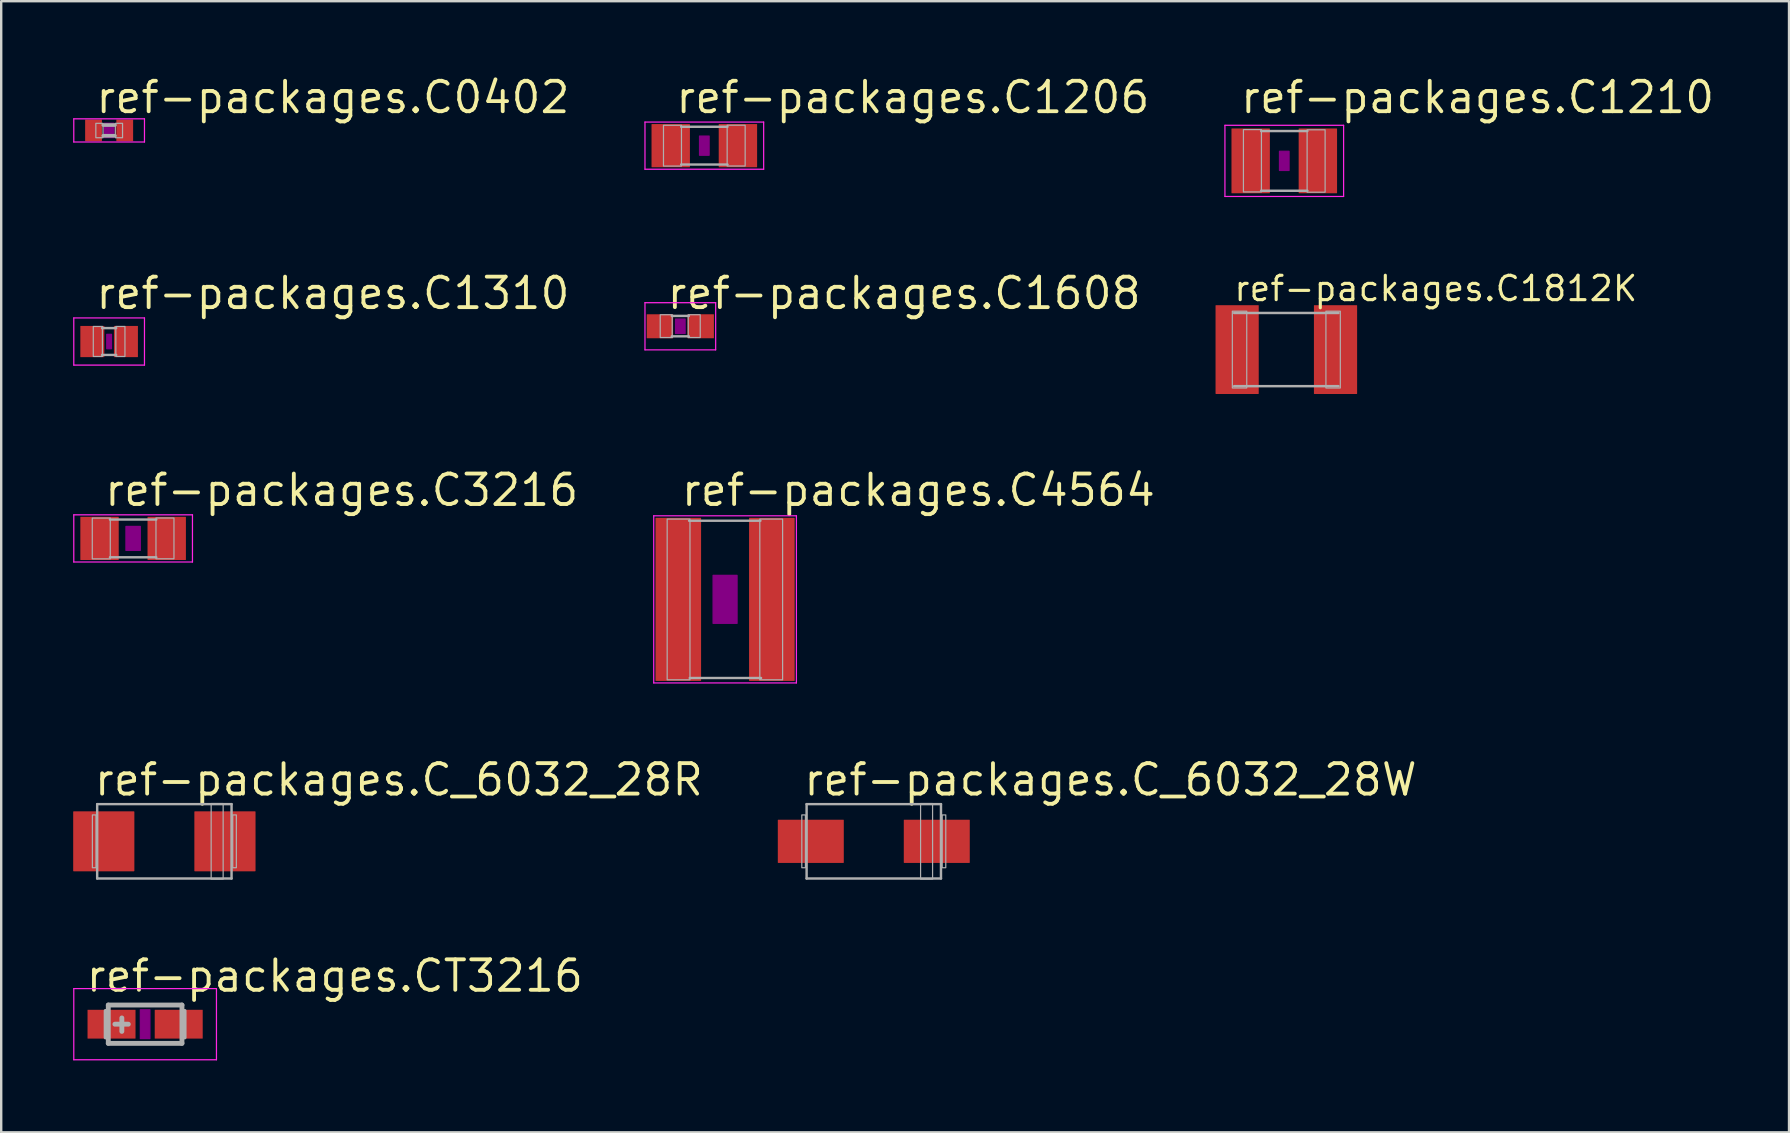
<source format=kicad_pcb>
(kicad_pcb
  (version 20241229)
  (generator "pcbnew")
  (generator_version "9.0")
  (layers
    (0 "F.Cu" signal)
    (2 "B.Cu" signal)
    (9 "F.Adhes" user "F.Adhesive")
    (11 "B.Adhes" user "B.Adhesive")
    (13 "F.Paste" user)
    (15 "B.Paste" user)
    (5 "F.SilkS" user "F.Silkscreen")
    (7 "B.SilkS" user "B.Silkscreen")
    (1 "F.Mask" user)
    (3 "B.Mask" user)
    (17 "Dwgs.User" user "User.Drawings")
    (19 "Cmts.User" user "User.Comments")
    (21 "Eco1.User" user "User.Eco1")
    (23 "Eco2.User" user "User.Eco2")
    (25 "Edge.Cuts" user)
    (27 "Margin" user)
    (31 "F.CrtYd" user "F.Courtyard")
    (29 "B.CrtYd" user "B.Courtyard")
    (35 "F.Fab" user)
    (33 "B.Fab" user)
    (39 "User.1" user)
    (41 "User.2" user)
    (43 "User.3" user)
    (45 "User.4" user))
  (footprint "ref-packages.C1310"
    (layer "F.Cu")
    (at 1.498 11.183)
    (property "Reference" "ref-packages.C1310" (at -0.635 -1.27 0) (layer "F.SilkS") (effects (font (size 1.27 1.27) (thickness 0.16)) (justify left bottom)))
    (attr smd)
    (fp_rect (start -0.1 0.3) (end 0.1 -0.3) (stroke (width 0.05) (type default)) (fill yes) (layer "F.Adhes"))
    (fp_line (start -1.473 -0.983) (end 1.473 -0.983) (stroke (width 0.051) (type default)) (layer "F.CrtYd"))
    (fp_line (start -1.473 0.983) (end -1.473 -0.983) (stroke (width 0.051) (type default)) (layer "F.CrtYd"))
    (fp_line (start 1.473 -0.983) (end 1.473 0.983) (stroke (width 0.051) (type default)) (layer "F.CrtYd"))
    (fp_line (start 1.473 0.983) (end -1.473 0.983) (stroke (width 0.051) (type default)) (layer "F.CrtYd"))
    (fp_line (start -0.294 -0.559) (end 0.294 -0.559) (stroke (width 0.102) (type default)) (layer "F.Fab"))
    (fp_line (start -0.294 0.559) (end 0.294 0.559) (stroke (width 0.102) (type default)) (layer "F.Fab"))
    (fp_rect (start -0.66 0.622) (end -0.28 -0.628) (stroke (width 0.05) (type default)) (fill no) (layer "F.Fab"))
    (fp_rect (start 0.279 0.622) (end 0.659 -0.628) (stroke (width 0.05) (type default)) (fill no) (layer "F.Fab"))
    (pad "1" smd roundrect (at -0.7 0) (size 1 1.3) (layers "F.Cu" "F.Mask" "F.Paste") (roundrect_rratio 0.01))
    (pad "2" smd roundrect (at 0.7 0) (size 1 1.3) (layers "F.Cu" "F.Mask" "F.Paste") (roundrect_rratio 0.01)))
  (footprint "ref-packages.C1608"
    (layer "F.Cu")
    (at 25.303 10.548)
    (property "Reference" "ref-packages.C1608" (at -0.635 -0.635 0) (layer "F.SilkS") (effects (font (size 1.27 1.27) (thickness 0.16)) (justify left bottom)))
    (attr smd)
    (fp_rect (start -0.2 0.3) (end 0.2 -0.3) (stroke (width 0.05) (type default)) (fill yes) (layer "F.Adhes"))
    (fp_line (start -1.473 -0.983) (end 1.473 -0.983) (stroke (width 0.051) (type default)) (layer "F.CrtYd"))
    (fp_line (start -1.473 0.983) (end -1.473 -0.983) (stroke (width 0.051) (type default)) (layer "F.CrtYd"))
    (fp_line (start 1.473 -0.983) (end 1.473 0.983) (stroke (width 0.051) (type default)) (layer "F.CrtYd"))
    (fp_line (start 1.473 0.983) (end -1.473 0.983) (stroke (width 0.051) (type default)) (layer "F.CrtYd"))
    (fp_line (start -0.356 -0.432) (end 0.356 -0.432) (stroke (width 0.102) (type default)) (layer "F.Fab"))
    (fp_line (start -0.356 0.419) (end 0.356 0.419) (stroke (width 0.102) (type default)) (layer "F.Fab"))
    (fp_rect (start -0.838 0.47) (end -0.338 -0.48) (stroke (width 0.05) (type default)) (fill no) (layer "F.Fab"))
    (fp_rect (start 0.33 0.47) (end 0.83 -0.48) (stroke (width 0.05) (type default)) (fill no) (layer "F.Fab"))
    (pad "1" smd roundrect (at -0.85 0) (size 1.1 1) (layers "F.Cu" "F.Mask" "F.Paste") (roundrect_rratio 0.01))
    (pad "2" smd roundrect (at 0.85 0) (size 1.1 1) (layers "F.Cu" "F.Mask" "F.Paste") (roundrect_rratio 0.01)))
  (footprint "ref-packages.C1812K"
    (layer "F.Cu")
    (at 50.559 11.519)
    (property "Reference" "ref-packages.C1812K" (at -2.25 -1.95 0) (layer "F.SilkS") (effects (font (size 1.016 1.016) (thickness 0.13)) (justify left bottom)))
    (attr smd)
    (fp_line (start -2.175 -1.525) (end 2.175 -1.525) (stroke (width 0.102) (type default)) (layer "F.Fab"))
    (fp_line (start 2.175 1.525) (end -2.175 1.525) (stroke (width 0.102) (type default)) (layer "F.Fab"))
    (fp_rect (start -2.25 1.6) (end -1.65 -1.6) (stroke (width 0.05) (type default)) (fill no) (layer "F.Fab"))
    (fp_rect (start 1.65 1.6) (end 2.25 -1.6) (stroke (width 0.05) (type default)) (fill no) (layer "F.Fab"))
    (pad "1" smd roundrect (at -2.05 0) (size 1.8 3.7) (layers "F.Cu" "F.Mask" "F.Paste") (roundrect_rratio 0.01))
    (pad "2" smd roundrect (at 2.05 0) (size 1.8 3.7) (layers "F.Cu" "F.Mask" "F.Paste") (roundrect_rratio 0.01)))
  (footprint "ref-packages.C1206"
    (layer "F.Cu")
    (at 26.303 3.02)
    (property "Reference" "ref-packages.C1206" (at -1.27 -1.27 0) (layer "F.SilkS") (effects (font (size 1.27 1.27) (thickness 0.16)) (justify left bottom)))
    (attr smd)
    (fp_rect (start -0.2 0.4) (end 0.2 -0.4) (stroke (width 0.05) (type default)) (fill yes) (layer "F.Adhes"))
    (fp_line (start -2.473 -0.983) (end 2.473 -0.983) (stroke (width 0.051) (type default)) (layer "F.CrtYd"))
    (fp_line (start -2.473 0.983) (end -2.473 -0.983) (stroke (width 0.051) (type default)) (layer "F.CrtYd"))
    (fp_line (start 2.473 -0.983) (end 2.473 0.983) (stroke (width 0.051) (type default)) (layer "F.CrtYd"))
    (fp_line (start 2.473 0.983) (end -2.473 0.983) (stroke (width 0.051) (type default)) (layer "F.CrtYd"))
    (fp_line (start -0.965 -0.787) (end 0.965 -0.787) (stroke (width 0.102) (type default)) (layer "F.Fab"))
    (fp_line (start -0.965 0.787) (end 0.965 0.787) (stroke (width 0.102) (type default)) (layer "F.Fab"))
    (fp_rect (start -1.702 0.851) (end -0.952 -0.849) (stroke (width 0.05) (type default)) (fill no) (layer "F.Fab"))
    (fp_rect (start 0.952 0.849) (end 1.702 -0.851) (stroke (width 0.05) (type default)) (fill no) (layer "F.Fab"))
    (pad "1" smd roundrect (at -1.4 0) (size 1.6 1.8) (layers "F.Cu" "F.Mask" "F.Paste") (roundrect_rratio 0.01))
    (pad "2" smd roundrect (at 1.4 0) (size 1.6 1.8) (layers "F.Cu" "F.Mask" "F.Paste") (roundrect_rratio 0.01)))
  (footprint "ref-packages.C0402"
    (layer "F.Cu")
    (at 1.498 2.385)
    (property "Reference" "ref-packages.C0402" (at -0.635 -0.635 0) (layer "F.SilkS") (effects (font (size 1.27 1.27) (thickness 0.16)) (justify left bottom)))
    (attr smd)
    (fp_rect (start -0.2 0.3) (end 0.2 -0.3) (stroke (width 0.05) (type default)) (fill yes) (layer "F.Adhes"))
    (fp_line (start -1.473 -0.483) (end 1.473 -0.483) (stroke (width 0.051) (type default)) (layer "F.CrtYd"))
    (fp_line (start -1.473 0.483) (end -1.473 -0.483) (stroke (width 0.051) (type default)) (layer "F.CrtYd"))
    (fp_line (start 1.473 -0.483) (end 1.473 0.483) (stroke (width 0.051) (type default)) (layer "F.CrtYd"))
    (fp_line (start 1.473 0.483) (end -1.473 0.483) (stroke (width 0.051) (type default)) (layer "F.CrtYd"))
    (fp_line (start -0.245 -0.224) (end 0.245 -0.224) (stroke (width 0.152) (type default)) (layer "F.Fab"))
    (fp_line (start 0.245 0.224) (end -0.245 0.224) (stroke (width 0.152) (type default)) (layer "F.Fab"))
    (fp_rect (start -0.554 0.305) (end -0.254 -0.295) (stroke (width 0.05) (type default)) (fill no) (layer "F.Fab"))
    (fp_rect (start 0.259 0.305) (end 0.559 -0.295) (stroke (width 0.05) (type default)) (fill no) (layer "F.Fab"))
    (pad "1" smd roundrect (at -0.65 0) (size 0.7 0.9) (layers "F.Cu" "F.Mask" "F.Paste") (roundrect_rratio 0.01))
    (pad "2" smd roundrect (at 0.65 0) (size 0.7 0.9) (layers "F.Cu" "F.Mask" "F.Paste") (roundrect_rratio 0.01)))
  (footprint "ref-packages.CT3216"
    (layer "F.Cu")
    (at 2.998 39.634)
    (property "Reference" "ref-packages.CT3216" (at -2.54 -1.27 0) (layer "F.SilkS") (effects (font (size 1.27 1.27) (thickness 0.16)) (justify left bottom)))
    (attr smd)
    (fp_rect (start -0.2 0.6) (end 0.2 -0.6) (stroke (width 0.05) (type default)) (fill yes) (layer "F.Adhes"))
    (fp_line (start -2.973 -1.483) (end 2.973 -1.483) (stroke (width 0.051) (type default)) (layer "F.CrtYd"))
    (fp_line (start -2.973 1.483) (end -2.973 -1.483) (stroke (width 0.051) (type default)) (layer "F.CrtYd"))
    (fp_line (start 2.973 -1.483) (end 2.973 1.483) (stroke (width 0.051) (type default)) (layer "F.CrtYd"))
    (fp_line (start 2.973 1.483) (end -2.973 1.483) (stroke (width 0.051) (type default)) (layer "F.CrtYd"))
    (fp_line (start -1.651 -0.559) (end -1.651 0.559) (stroke (width 0.152) (type default)) (layer "F.Fab"))
    (fp_line (start -1.535 -0.798) (end -1.535 0.798) (stroke (width 0.203) (type default)) (layer "F.Fab"))
    (fp_line (start -1.535 0.798) (end 1.535 0.798) (stroke (width 0.203) (type default)) (layer "F.Fab"))
    (fp_line (start -0.97 -0.26) (end -0.97 0.3) (stroke (width 0.203) (type default)) (layer "F.Fab"))
    (fp_line (start -0.7 0) (end -1.26 0) (stroke (width 0.203) (type default)) (layer "F.Fab"))
    (fp_line (start 1.535 -0.798) (end -1.535 -0.798) (stroke (width 0.203) (type default)) (layer "F.Fab"))
    (fp_line (start 1.535 0.798) (end 1.535 -0.798) (stroke (width 0.203) (type default)) (layer "F.Fab"))
    (fp_line (start 1.651 -0.559) (end 1.651 0.559) (stroke (width 0.152) (type default)) (layer "F.Fab"))
    (pad "+" smd roundrect (at -1.4 0) (size 2 1.2) (layers "F.Cu" "F.Mask" "F.Paste") (roundrect_rratio 0.01))
    (pad "-" smd roundrect (at 1.4 0) (size 2 1.2) (layers "F.Cu" "F.Mask" "F.Paste") (roundrect_rratio 0.01)))
  (footprint "ref-packages.C1210"
    (layer "F.Cu")
    (at 50.473 3.655)
    (property "Reference" "ref-packages.C1210" (at -1.905 -1.905 0) (layer "F.SilkS") (effects (font (size 1.27 1.27) (thickness 0.16)) (justify left bottom)))
    (attr smd)
    (fp_rect (start -0.2 0.4) (end 0.2 -0.4) (stroke (width 0.05) (type default)) (fill yes) (layer "F.Adhes"))
    (fp_line (start -2.473 -1.483) (end 2.473 -1.483) (stroke (width 0.051) (type default)) (layer "F.CrtYd"))
    (fp_line (start -2.473 1.483) (end -2.473 -1.483) (stroke (width 0.051) (type default)) (layer "F.CrtYd"))
    (fp_line (start 2.473 -1.483) (end 2.473 1.483) (stroke (width 0.051) (type default)) (layer "F.CrtYd"))
    (fp_line (start 2.473 1.483) (end -2.473 1.483) (stroke (width 0.051) (type default)) (layer "F.CrtYd"))
    (fp_line (start -0.965 -1.245) (end 0.965 -1.245) (stroke (width 0.102) (type default)) (layer "F.Fab"))
    (fp_line (start -0.965 1.245) (end 0.965 1.245) (stroke (width 0.102) (type default)) (layer "F.Fab"))
    (fp_rect (start -1.702 1.295) (end -0.952 -1.304) (stroke (width 0.05) (type default)) (fill no) (layer "F.Fab"))
    (fp_rect (start 0.952 1.304) (end 1.702 -1.295) (stroke (width 0.05) (type default)) (fill no) (layer "F.Fab"))
    (pad "1" smd roundrect (at -1.4 0) (size 1.6 2.7) (layers "F.Cu" "F.Mask" "F.Paste") (roundrect_rratio 0.01))
    (pad "2" smd roundrect (at 1.4 0) (size 1.6 2.7) (layers "F.Cu" "F.Mask" "F.Paste") (roundrect_rratio 0.01)))
  (footprint "ref-packages.C3216"
    (layer "F.Cu")
    (at 2.498 19.389)
    (property "Reference" "ref-packages.C3216" (at -1.27 -1.27 0) (layer "F.SilkS") (effects (font (size 1.27 1.27) (thickness 0.16)) (justify left bottom)))
    (attr smd)
    (fp_rect (start -0.3 0.5) (end 0.3 -0.5) (stroke (width 0.05) (type default)) (fill yes) (layer "F.Adhes"))
    (fp_line (start -2.473 -0.983) (end 2.473 -0.983) (stroke (width 0.051) (type default)) (layer "F.CrtYd"))
    (fp_line (start -2.473 0.983) (end -2.473 -0.983) (stroke (width 0.051) (type default)) (layer "F.CrtYd"))
    (fp_line (start 2.473 -0.983) (end 2.473 0.983) (stroke (width 0.051) (type default)) (layer "F.CrtYd"))
    (fp_line (start 2.473 0.983) (end -2.473 0.983) (stroke (width 0.051) (type default)) (layer "F.CrtYd"))
    (fp_line (start -0.965 -0.787) (end 0.965 -0.787) (stroke (width 0.102) (type default)) (layer "F.Fab"))
    (fp_line (start -0.965 0.787) (end 0.965 0.787) (stroke (width 0.102) (type default)) (layer "F.Fab"))
    (fp_rect (start -1.702 0.851) (end -0.952 -0.849) (stroke (width 0.05) (type default)) (fill no) (layer "F.Fab"))
    (fp_rect (start 0.952 0.849) (end 1.702 -0.851) (stroke (width 0.05) (type default)) (fill no) (layer "F.Fab"))
    (pad "1" smd roundrect (at -1.4 0) (size 1.6 1.8) (layers "F.Cu" "F.Mask" "F.Paste") (roundrect_rratio 0.01))
    (pad "2" smd roundrect (at 1.4 0) (size 1.6 1.8) (layers "F.Cu" "F.Mask" "F.Paste") (roundrect_rratio 0.01)))
  (footprint "ref-packages.C4564"
    (layer "F.Cu")
    (at 27.168 21.929)
    (property "Reference" "ref-packages.C4564" (at -1.905 -3.81 0) (layer "F.SilkS") (effects (font (size 1.27 1.27) (thickness 0.16)) (justify left bottom)))
    (attr smd)
    (fp_rect (start -0.5 1) (end 0.5 -1) (stroke (width 0.05) (type default)) (fill yes) (layer "F.Adhes"))
    (fp_line (start -2.973 -3.483) (end 2.973 -3.483) (stroke (width 0.051) (type default)) (layer "F.CrtYd"))
    (fp_line (start -2.973 3.483) (end -2.973 -3.483) (stroke (width 0.051) (type default)) (layer "F.CrtYd"))
    (fp_line (start 2.973 -3.483) (end 2.973 3.483) (stroke (width 0.051) (type default)) (layer "F.CrtYd"))
    (fp_line (start 2.973 3.483) (end -2.973 3.483) (stroke (width 0.051) (type default)) (layer "F.CrtYd"))
    (fp_line (start -1.499 -3.277) (end 1.473 -3.277) (stroke (width 0.102) (type default)) (layer "F.Fab"))
    (fp_line (start -1.473 3.277) (end 1.499 3.277) (stroke (width 0.102) (type default)) (layer "F.Fab"))
    (fp_rect (start -2.413 3.353) (end -1.463 -3.347) (stroke (width 0.05) (type default)) (fill no) (layer "F.Fab"))
    (fp_rect (start 1.448 3.353) (end 2.398 -3.347) (stroke (width 0.05) (type default)) (fill no) (layer "F.Fab"))
    (pad "1" smd roundrect (at -1.95 0) (size 1.9 6.8) (layers "F.Cu" "F.Mask" "F.Paste") (roundrect_rratio 0.01))
    (pad "2" smd roundrect (at 1.95 0) (size 1.9 6.8) (layers "F.Cu" "F.Mask" "F.Paste") (roundrect_rratio 0.01)))
  (footprint "ref-packages.C_6032_28R"
    (layer "F.Cu")
    (at 3.8 32.013)
    (property "Reference" "ref-packages.C_6032_28R" (at -3 -1.825 0) (layer "F.SilkS") (effects (font (size 1.27 1.27) (thickness 0.16)) (justify left bottom)))
    (attr smd)
    (fp_line (start -2.8 -1.55) (end 2.8 -1.55) (stroke (width 0.102) (type default)) (layer "F.Fab"))
    (fp_line (start -2.8 1.55) (end -2.8 -1.55) (stroke (width 0.102) (type default)) (layer "F.Fab"))
    (fp_line (start 2.8 -1.55) (end 2.8 1.55) (stroke (width 0.102) (type default)) (layer "F.Fab"))
    (fp_line (start 2.8 1.55) (end -2.8 1.55) (stroke (width 0.102) (type default)) (layer "F.Fab"))
    (fp_rect (start -3 1.1) (end -2.85 -1.1) (stroke (width 0.05) (type default)) (fill no) (layer "F.Fab"))
    (fp_rect (start 1.95 1.575) (end 2.45 -1.575) (stroke (width 0.05) (type default)) (fill no) (layer "F.Fab"))
    (fp_rect (start 2.85 1.1) (end 3 -1.1) (stroke (width 0.05) (type default)) (fill no) (layer "F.Fab"))
    (pad "+" smd roundrect (at 2.525 0) (size 2.55 2.5) (layers "F.Cu" "F.Mask" "F.Paste") (roundrect_rratio 0.01))
    (pad "-" smd roundrect (at -2.525 0) (size 2.55 2.5) (layers "F.Cu" "F.Mask" "F.Paste") (roundrect_rratio 0.01)))
  (footprint "ref-packages.C_6032_28W"
    (layer "F.Cu")
    (at 33.366 32.013)
    (property "Reference" "ref-packages.C_6032_28W" (at -3 -1.825 0) (layer "F.SilkS") (effects (font (size 1.27 1.27) (thickness 0.16)) (justify left bottom)))
    (attr smd)
    (fp_line (start -2.8 -1.55) (end 2.8 -1.55) (stroke (width 0.102) (type default)) (layer "F.Fab"))
    (fp_line (start -2.8 1.55) (end -2.8 -1.55) (stroke (width 0.102) (type default)) (layer "F.Fab"))
    (fp_line (start 2.8 -1.55) (end 2.8 1.55) (stroke (width 0.102) (type default)) (layer "F.Fab"))
    (fp_line (start 2.8 1.55) (end -2.8 1.55) (stroke (width 0.102) (type default)) (layer "F.Fab"))
    (fp_rect (start -3 1.1) (end -2.85 -1.1) (stroke (width 0.05) (type default)) (fill no) (layer "F.Fab"))
    (fp_rect (start 1.95 1.575) (end 2.45 -1.575) (stroke (width 0.05) (type default)) (fill no) (layer "F.Fab"))
    (fp_rect (start 2.85 1.1) (end 3 -1.1) (stroke (width 0.05) (type default)) (fill no) (layer "F.Fab"))
    (pad "+" smd roundrect (at 2.625 0) (size 2.75 1.8) (layers "F.Cu" "F.Mask" "F.Paste") (roundrect_rratio 0.01))
    (pad "-" smd roundrect (at -2.625 0) (size 2.75 1.8) (layers "F.Cu" "F.Mask" "F.Paste") (roundrect_rratio 0.01)))
  (gr_rect
    (start -3 -3)
    (end 71.509 44.142)
    (stroke (width 0.1) (type default))
    (fill no)
    (layer "Edge.Cuts")))
</source>
